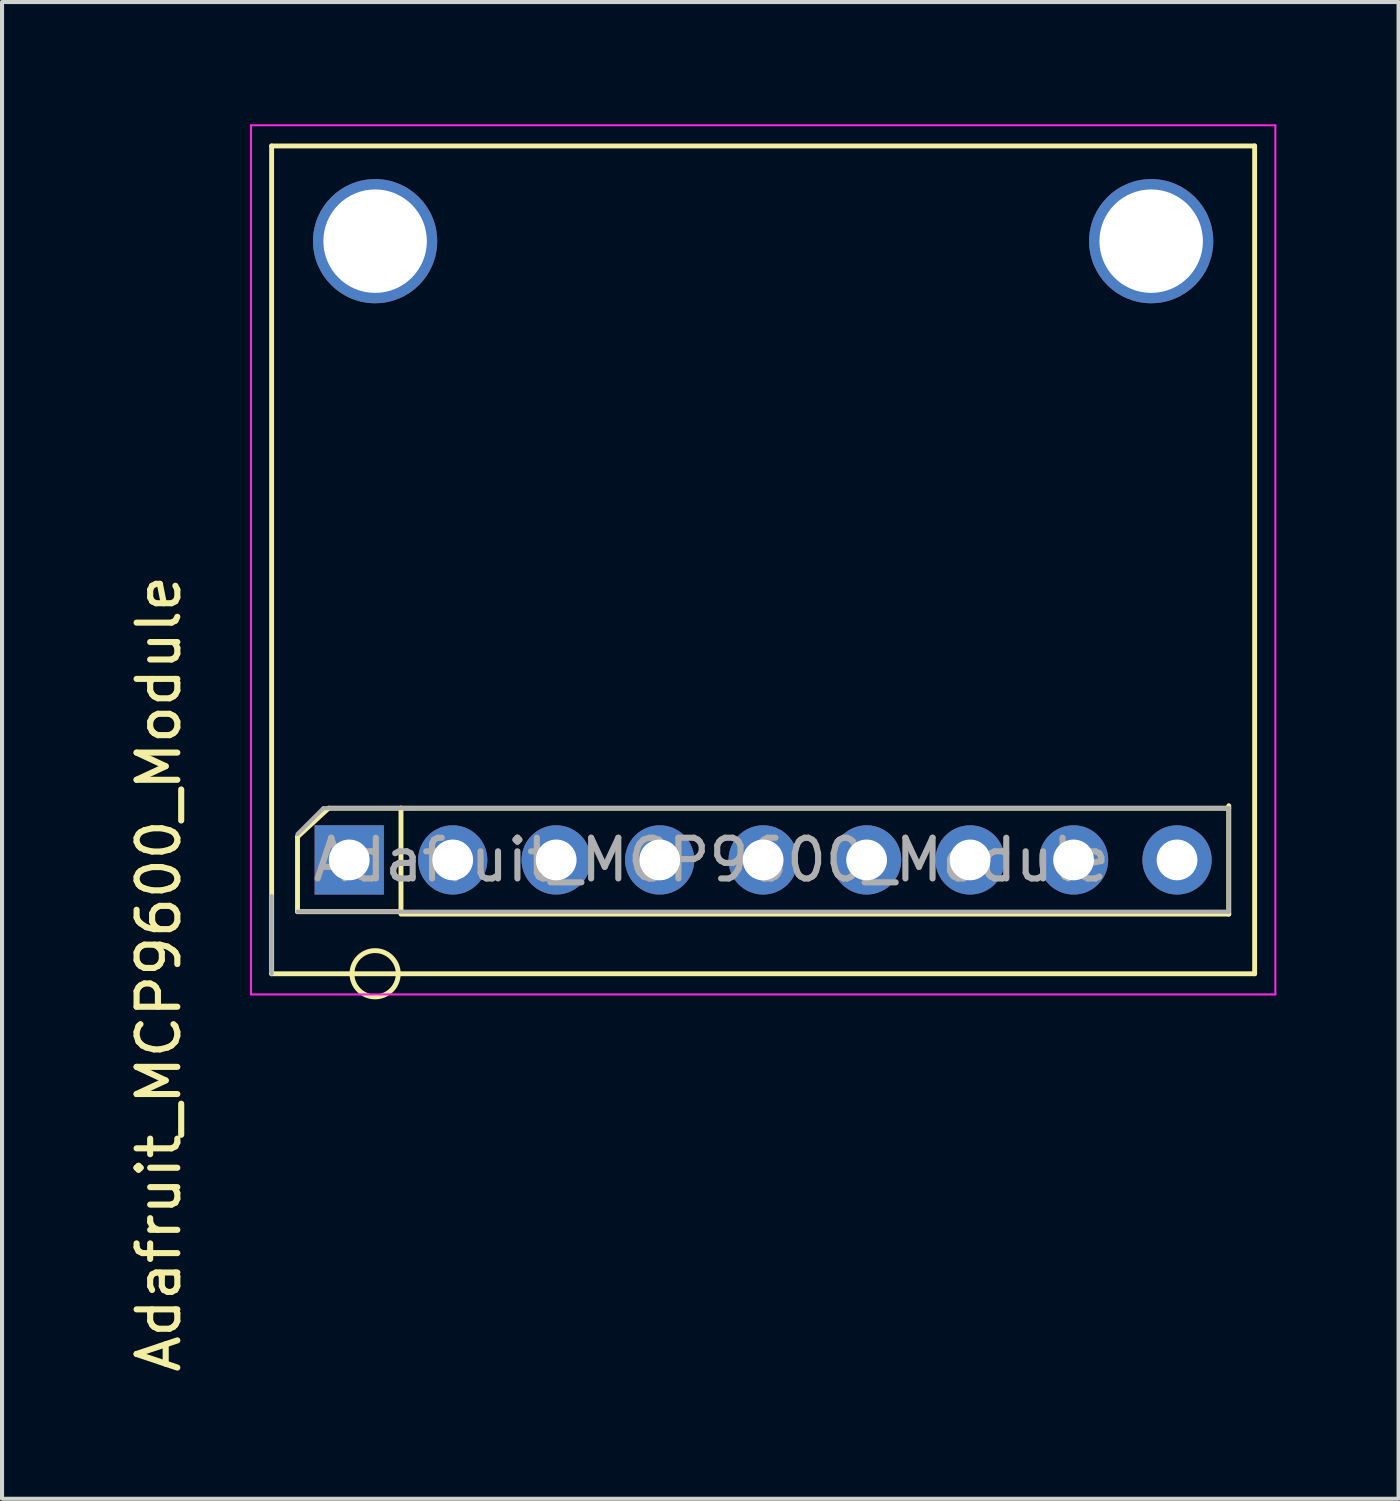
<source format=kicad_pcb>
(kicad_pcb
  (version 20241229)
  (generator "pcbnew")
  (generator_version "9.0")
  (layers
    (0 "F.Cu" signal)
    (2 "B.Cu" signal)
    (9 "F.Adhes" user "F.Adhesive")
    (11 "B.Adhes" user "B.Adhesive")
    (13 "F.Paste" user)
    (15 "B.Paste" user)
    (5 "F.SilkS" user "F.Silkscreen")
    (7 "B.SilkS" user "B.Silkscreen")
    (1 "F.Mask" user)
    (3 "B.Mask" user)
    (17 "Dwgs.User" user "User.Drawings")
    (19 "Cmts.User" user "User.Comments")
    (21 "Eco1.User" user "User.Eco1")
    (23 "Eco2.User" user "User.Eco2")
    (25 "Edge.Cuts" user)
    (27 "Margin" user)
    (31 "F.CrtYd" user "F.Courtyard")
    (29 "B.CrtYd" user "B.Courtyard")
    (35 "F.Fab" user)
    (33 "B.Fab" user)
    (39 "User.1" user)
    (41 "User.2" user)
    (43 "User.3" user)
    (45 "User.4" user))
  (footprint "Adafruit_MCP9600_Module"
    (layer "F.Cu")
    (at 3.618 20.853)
    (property "Reference" "Adafruit_MCP9600_Module" (at -2.77 0 90) (layer "F.SilkS") (effects (font (size 1 1) (thickness 0.15))))
    (attr through_hole)
    (fp_line (start 0 -20.32) (end 24.13 -20.32) (stroke (width 0.12) (type solid)) (layer "F.SilkS"))
    (fp_line (start 0 0) (end 0 -20.32) (stroke (width 0.12) (type solid)) (layer "F.SilkS"))
    (fp_line (start 0 0) (end 24.13 0) (stroke (width 0.12) (type solid)) (layer "F.SilkS"))
    (fp_line (start 0.635 -1.524) (end 0.635 -3.362) (stroke (width 0.12) (type solid)) (layer "F.SilkS"))
    (fp_line (start 1.397 -4.064) (end 0.635 -3.362) (stroke (width 0.12) (type default)) (layer "F.SilkS"))
    (fp_line (start 1.397 -4.064) (end 3.175 -4.064) (stroke (width 0.12) (type default)) (layer "F.SilkS"))
    (fp_line (start 3.175 -4.064) (end 23.495 -4.064) (stroke (width 0.12) (type solid)) (layer "F.SilkS"))
    (fp_line (start 3.175 -1.524) (end 0.635 -1.524) (stroke (width 0.12) (type default)) (layer "F.SilkS"))
    (fp_line (start 3.175 -1.524) (end 3.175 -4.064) (stroke (width 0.12) (type solid)) (layer "F.SilkS"))
    (fp_line (start 3.175 -1.464) (end 23.495 -1.464) (stroke (width 0.12) (type solid)) (layer "F.SilkS"))
    (fp_line (start 23.495 -1.464) (end 23.495 -4.124) (stroke (width 0.12) (type solid)) (layer "F.SilkS"))
    (fp_line (start 24.13 0) (end 24.13 -20.32) (stroke (width 0.12) (type solid)) (layer "F.SilkS"))
    (fp_circle (center 2.54 0) (end 2.794 0.508) (stroke (width 0.12) (type solid)) (fill no) (layer "F.SilkS"))
    (fp_line (start -0.508 -20.828) (end 24.638 -20.828) (stroke (width 0.05) (type solid)) (layer "F.CrtYd"))
    (fp_line (start -0.508 0.508) (end -0.508 -20.828) (stroke (width 0.05) (type solid)) (layer "F.CrtYd"))
    (fp_line (start 24.638 -20.828) (end 24.638 0.508) (stroke (width 0.05) (type solid)) (layer "F.CrtYd"))
    (fp_line (start 24.638 0.508) (end -0.508 0.508) (stroke (width 0.05) (type solid)) (layer "F.CrtYd"))
    (fp_line (start 0 0) (end 0 -1.905) (stroke (width 0.1) (type solid)) (layer "F.Fab"))
    (fp_line (start 0.635 -3.429) (end 1.27 -4.064) (stroke (width 0.1) (type solid)) (layer "F.Fab"))
    (fp_line (start 1.27 -4.064) (end 23.495 -4.064) (stroke (width 0.1) (type solid)) (layer "F.Fab"))
    (fp_line (start 23.495 -4.064) (end 23.495 -1.524) (stroke (width 0.1) (type solid)) (layer "F.Fab"))
    (fp_line (start 23.495 -1.524) (end 0.635 -1.524) (stroke (width 0.1) (type solid)) (layer "F.Fab"))
    (fp_text user "${REFERENCE}" (at 10.795 -2.794 180) (layer "F.Fab") (effects (font (size 1 1) (thickness 0.15))))
    (pad "1" thru_hole rect (at 1.905 -2.794 90) (size 1.7 1.7) (drill 1) (layers "*.Cu" "*.Mask"))
    (pad "2" thru_hole oval (at 4.445 -2.794 90) (size 1.7 1.7) (drill 1) (layers "*.Cu" "*.Mask"))
    (pad "3" thru_hole oval (at 6.985 -2.794 90) (size 1.7 1.7) (drill 1) (layers "*.Cu" "*.Mask"))
    (pad "4" thru_hole oval (at 9.525 -2.794 90) (size 1.7 1.7) (drill 1) (layers "*.Cu" "*.Mask"))
    (pad "5" thru_hole oval (at 12.065 -2.794 90) (size 1.7 1.7) (drill 1) (layers "*.Cu" "*.Mask"))
    (pad "6" thru_hole oval (at 14.605 -2.794 90) (size 1.7 1.7) (drill 1) (layers "*.Cu" "*.Mask"))
    (pad "7" thru_hole oval (at 17.145 -2.794 90) (size 1.7 1.7) (drill 1) (layers "*.Cu" "*.Mask"))
    (pad "8" thru_hole oval (at 19.685 -2.794 90) (size 1.7 1.7) (drill 1) (layers "*.Cu" "*.Mask"))
    (pad "9" thru_hole oval (at 22.225 -2.794 90) (size 1.7 1.7) (drill 1) (layers "*.Cu" "*.Mask"))
    (pad "10" thru_hole circle (at 2.54 -17.983 90) (size 3.048 3.048) (drill 2.54) (layers "*.Cu" "*.Mask"))
    (pad "11" thru_hole circle (at 21.59 -17.983 90) (size 3.048 3.048) (drill 2.54) (layers "*.Cu" "*.Mask")))
  (gr_rect
    (start -3 -3)
    (end 31.281 33.74)
    (stroke (width 0.1) (type default))
    (fill no)
    (layer "Edge.Cuts")))
</source>
